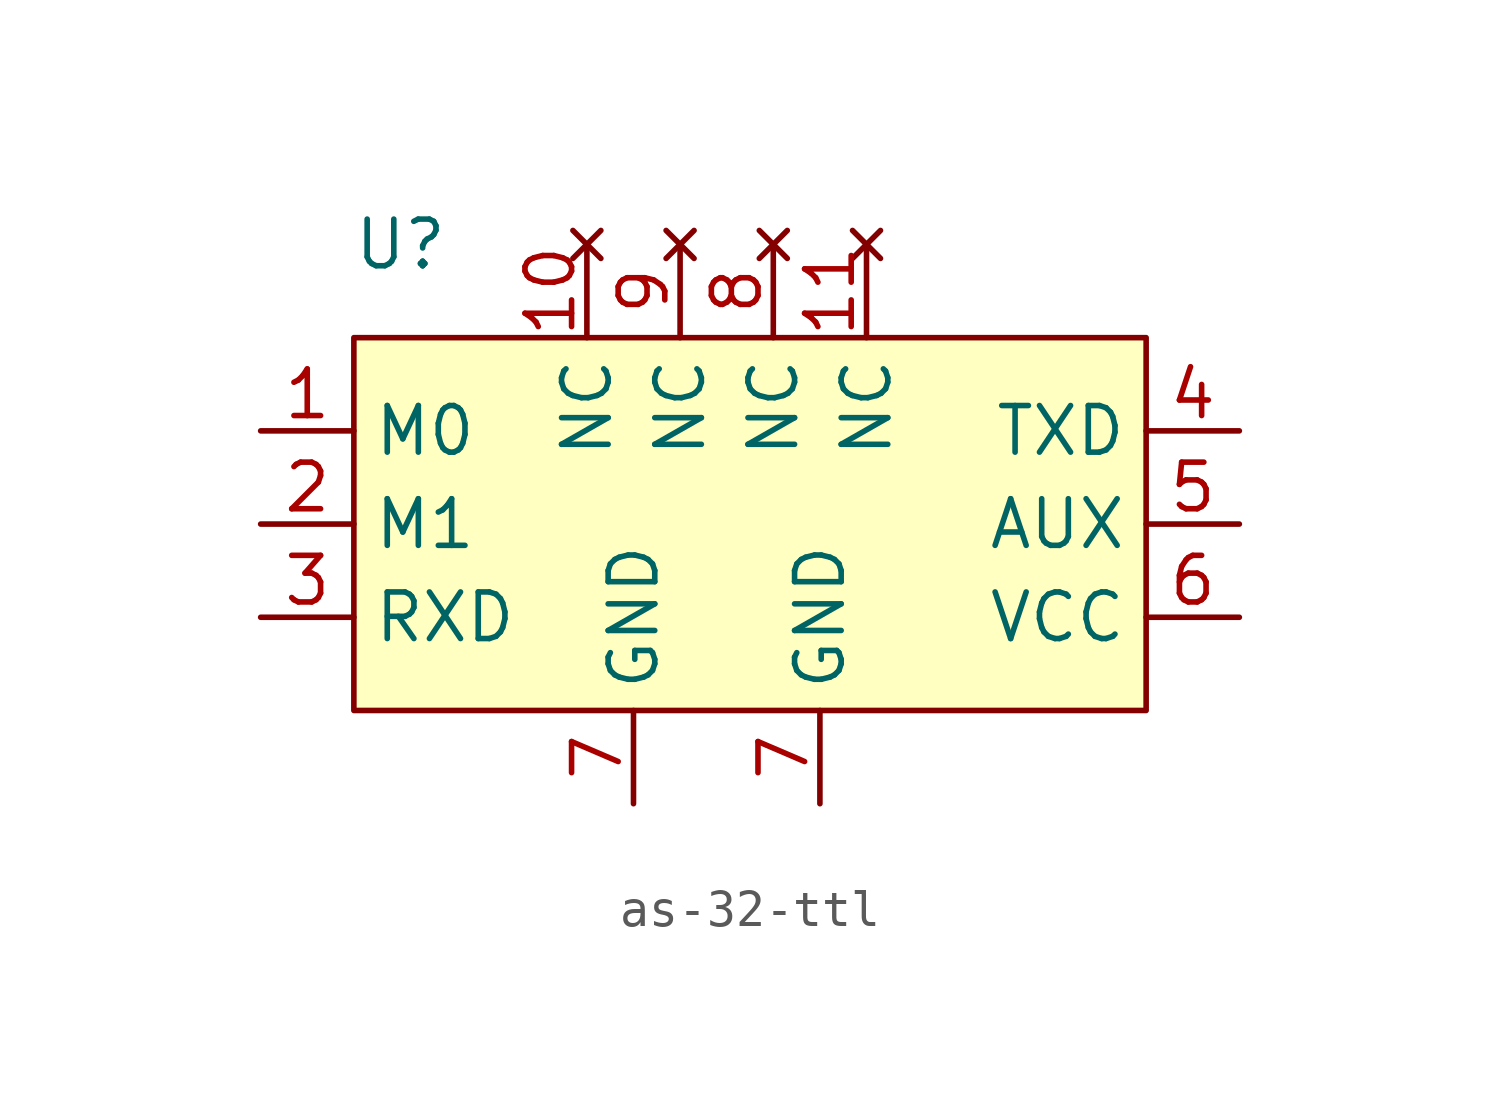
<source format=kicad_sym>
(kicad_symbol_lib
  (version 20220914)
  (generator kicad_symbol_editor)
  (symbol "as-32-ttl"
    (property "Reference" "U"
      (at -8.89 7.62 0)
      (effects (font (size 1.27 1.27))))
    (property "Value" ""
      (at -1.27 0 0)
      (effects (font (size 1.27 1.27))))
    (symbol "as-32-ttl_1_1"
      (rectangle (start -10.16 5.08) (end 11.43 -5.08) (stroke (width 0) (type default)) (fill (type background)))
      (pin input line (at -12.7 2.54 0) (length 2.54) (name "M0" (effects (font (size 1.27 1.27)))) (number "1" (effects (font (size 1.27 1.27)))))
      (pin no_connect line (at -3.81 7.62 270) (length 2.54) (name "NC" (effects (font (size 1.27 1.27)))) (number "10" (effects (font (size 1.27 1.27)))))
      (pin no_connect line (at 3.81 7.62 270) (length 2.54) (name "NC" (effects (font (size 1.27 1.27)))) (number "11" (effects (font (size 1.27 1.27)))))
      (pin input line (at -12.7 0 0) (length 2.54) (name "M1" (effects (font (size 1.27 1.27)))) (number "2" (effects (font (size 1.27 1.27)))))
      (pin input line (at -12.7 -2.54 0) (length 2.54) (name "RXD" (effects (font (size 1.27 1.27)))) (number "3" (effects (font (size 1.27 1.27)))))
      (pin input line (at 13.97 2.54 180) (length 2.54) (name "TXD" (effects (font (size 1.27 1.27)))) (number "4" (effects (font (size 1.27 1.27)))))
      (pin input line (at 13.97 0 180) (length 2.54) (name "AUX" (effects (font (size 1.27 1.27)))) (number "5" (effects (font (size 1.27 1.27)))))
      (pin input line (at 13.97 -2.54 180) (length 2.54) (name "VCC" (effects (font (size 1.27 1.27)))) (number "6" (effects (font (size 1.27 1.27)))))
      (pin input line (at -2.54 -7.62 90) (length 2.54) (name "GND" (effects (font (size 1.27 1.27)))) (number "7" (effects (font (size 1.27 1.27)))))
      (pin input line (at 2.54 -7.62 90) (length 2.54) (name "GND" (effects (font (size 1.27 1.27)))) (number "7" (effects (font (size 1.27 1.27)))))
      (pin no_connect line (at 1.27 7.62 270) (length 2.54) (name "NC" (effects (font (size 1.27 1.27)))) (number "8" (effects (font (size 1.27 1.27)))))
      (pin no_connect line (at -1.27 7.62 270) (length 2.54) (name "NC" (effects (font (size 1.27 1.27)))) (number "9" (effects (font (size 1.27 1.27))))))))
</source>
